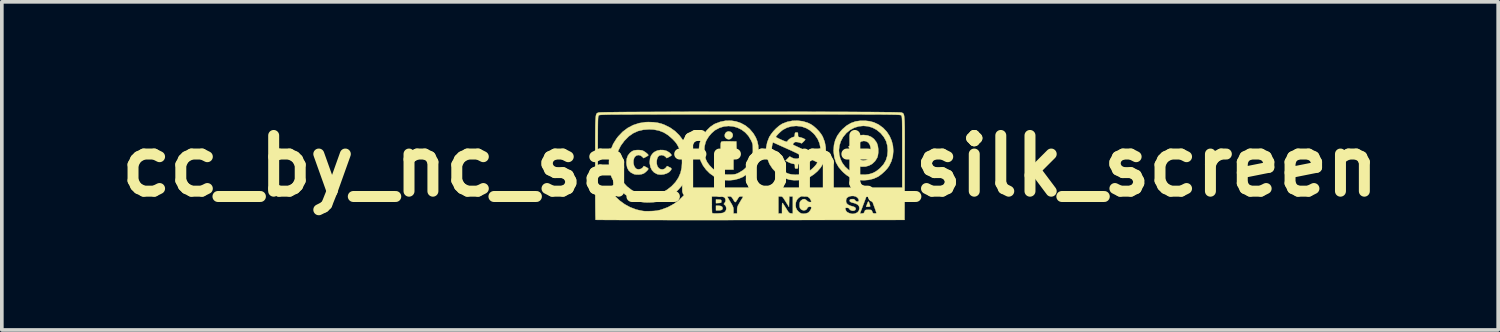
<source format=kicad_pcb>
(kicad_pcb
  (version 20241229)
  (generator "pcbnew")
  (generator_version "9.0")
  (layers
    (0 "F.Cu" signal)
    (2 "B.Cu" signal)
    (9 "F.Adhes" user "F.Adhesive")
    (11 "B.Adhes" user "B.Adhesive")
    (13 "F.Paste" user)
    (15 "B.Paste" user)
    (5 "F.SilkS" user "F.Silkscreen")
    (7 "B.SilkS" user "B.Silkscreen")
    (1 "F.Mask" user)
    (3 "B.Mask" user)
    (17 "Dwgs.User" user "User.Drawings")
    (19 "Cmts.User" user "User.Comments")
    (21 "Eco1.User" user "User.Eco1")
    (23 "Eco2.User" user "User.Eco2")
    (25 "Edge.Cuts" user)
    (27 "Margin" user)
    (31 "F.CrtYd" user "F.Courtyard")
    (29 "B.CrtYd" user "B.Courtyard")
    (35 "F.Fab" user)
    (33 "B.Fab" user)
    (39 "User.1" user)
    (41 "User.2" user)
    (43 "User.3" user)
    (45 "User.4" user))
  (footprint "cc_by_nc_sa_front_silk_screen"
    (layer "F.Cu")
    (at 17.461 1.489)
    (property "Reference" "cc_by_nc_sa_front_silk_screen" (at 0 0 0) (layer "F.SilkS") (effects (font (size 1.524 1.524) (thickness 0.3))))
    (attr through_hole)
    (fp_poly (pts (xy -0.857 0.92) (xy -0.814 0.923) (xy -0.792 0.93) (xy -0.784 0.945) (xy -0.783 0.967) (xy -0.785 0.991) (xy -0.794 1.004) (xy -0.819 1.01) (xy -0.857 1.013) (xy -0.931 1.017) (xy -0.931 0.916) (xy -0.857 0.92)) (stroke (width 0.01) (type solid)) (fill yes) (layer "F.SilkS"))
    (fp_poly (pts (xy -0.801 1.094) (xy -0.763 1.116) (xy -0.748 1.151) (xy -0.748 1.155) (xy -0.757 1.187) (xy -0.787 1.206) (xy -0.84 1.213) (xy -0.857 1.214) (xy -0.931 1.214) (xy -0.931 1.087) (xy -0.862 1.087) (xy -0.801 1.094)) (stroke (width 0.01) (type solid)) (fill yes) (layer "F.SilkS"))
    (fp_poly (pts (xy 3.254 0.994) (xy 3.265 1.024) (xy 3.278 1.065) (xy 3.286 1.095) (xy 3.288 1.103) (xy 3.275 1.11) (xy 3.244 1.115) (xy 3.232 1.115) (xy 3.176 1.115) (xy 3.196 1.058) (xy 3.216 1.005) (xy 3.23 0.977) (xy 3.242 0.974) (xy 3.254 0.994)) (stroke (width 0.01) (type solid)) (fill yes) (layer "F.SilkS"))
    (fp_poly (pts (xy -0.532 -0.934) (xy -0.494 -0.905) (xy -0.473 -0.864) (xy -0.472 -0.818) (xy -0.494 -0.775) (xy -0.496 -0.772) (xy -0.539 -0.737) (xy -0.584 -0.728) (xy -0.629 -0.74) (xy -0.67 -0.77) (xy -0.69 -0.81) (xy -0.69 -0.855) (xy -0.674 -0.897) (xy -0.642 -0.929) (xy -0.595 -0.945) (xy -0.583 -0.945) (xy -0.532 -0.934)) (stroke (width 0.01) (type solid)) (fill yes) (layer "F.SilkS"))
    (fp_poly (pts (xy -0.57 -0.674) (xy -0.374 -0.67) (xy -0.37 -0.483) (xy -0.366 -0.296) (xy -0.452 -0.296) (xy -0.452 0.099) (xy -0.706 0.099) (xy -0.706 -0.296) (xy -0.804 -0.296) (xy -0.804 -0.471) (xy -0.803 -0.551) (xy -0.801 -0.606) (xy -0.795 -0.641) (xy -0.787 -0.659) (xy -0.785 -0.662) (xy -0.761 -0.669) (xy -0.711 -0.674) (xy -0.635 -0.675) (xy -0.57 -0.674)) (stroke (width 0.01) (type solid)) (fill yes) (layer "F.SilkS"))
    (fp_poly (pts (xy -2.364 -0.434) (xy -2.281 -0.412) (xy -2.211 -0.372) (xy -2.195 -0.357) (xy -2.166 -0.327) (xy -2.148 -0.303) (xy -2.145 -0.296) (xy -2.156 -0.283) (xy -2.186 -0.263) (xy -2.211 -0.249) (xy -2.278 -0.215) (xy -2.316 -0.256) (xy -2.363 -0.287) (xy -2.421 -0.298) (xy -2.478 -0.285) (xy -2.486 -0.281) (xy -2.518 -0.249) (xy -2.54 -0.199) (xy -2.552 -0.136) (xy -2.552 -0.071) (xy -2.539 -0.009) (xy -2.529 0.014) (xy -2.493 0.062) (xy -2.444 0.089) (xy -2.391 0.095) (xy -2.339 0.079) (xy -2.298 0.043) (xy -2.268 0.002) (xy -2.207 0.032) (xy -2.166 0.053) (xy -2.149 0.071) (xy -2.151 0.092) (xy -2.168 0.121) (xy -2.214 0.168) (xy -2.279 0.204) (xy -2.356 0.228) (xy -2.437 0.237) (xy -2.515 0.229) (xy -2.545 0.22) (xy -2.623 0.177) (xy -2.682 0.114) (xy -2.722 0.032) (xy -2.741 -0.066) (xy -2.743 -0.107) (xy -2.733 -0.206) (xy -2.705 -0.285) (xy -2.655 -0.35) (xy -2.613 -0.384) (xy -2.537 -0.421) (xy -2.452 -0.437) (xy -2.364 -0.434)) (stroke (width 0.01) (type solid)) (fill yes) (layer "F.SilkS"))
    (fp_poly (pts (xy -2.974 -0.43) (xy -2.942 -0.423) (xy -2.907 -0.406) (xy -2.866 -0.38) (xy -2.826 -0.349) (xy -2.795 -0.32) (xy -2.78 -0.298) (xy -2.78 -0.295) (xy -2.791 -0.282) (xy -2.821 -0.263) (xy -2.846 -0.249) (xy -2.913 -0.215) (xy -2.951 -0.256) (xy -2.999 -0.289) (xy -3.052 -0.299) (xy -3.104 -0.287) (xy -3.148 -0.253) (xy -3.169 -0.218) (xy -3.187 -0.15) (xy -3.188 -0.079) (xy -3.173 -0.012) (xy -3.145 0.043) (xy -3.105 0.08) (xy -3.099 0.083) (xy -3.049 0.093) (xy -2.994 0.083) (xy -2.947 0.057) (xy -2.927 0.035) (xy -2.905 0.001) (xy -2.842 0.032) (xy -2.806 0.052) (xy -2.784 0.071) (xy -2.78 0.078) (xy -2.79 0.099) (xy -2.817 0.131) (xy -2.852 0.164) (xy -2.89 0.194) (xy -2.912 0.207) (xy -2.964 0.225) (xy -3.031 0.234) (xy -3.101 0.235) (xy -3.162 0.226) (xy -3.177 0.221) (xy -3.259 0.179) (xy -3.32 0.121) (xy -3.359 0.046) (xy -3.377 -0.047) (xy -3.38 -0.099) (xy -3.37 -0.201) (xy -3.339 -0.285) (xy -3.287 -0.353) (xy -3.248 -0.386) (xy -3.208 -0.411) (xy -3.169 -0.426) (xy -3.118 -0.433) (xy -3.091 -0.435) (xy -3.03 -0.435) (xy -2.974 -0.43)) (stroke (width 0.01) (type solid)) (fill yes) (layer "F.SilkS"))
    (fp_poly (pts (xy 3.213 -0.836) (xy 3.308 -0.799) (xy 3.388 -0.74) (xy 3.452 -0.657) (xy 3.474 -0.614) (xy 3.496 -0.543) (xy 3.507 -0.457) (xy 3.507 -0.368) (xy 3.496 -0.285) (xy 3.477 -0.225) (xy 3.42 -0.134) (xy 3.345 -0.061) (xy 3.255 -0.011) (xy 3.155 0.017) (xy 3.049 0.019) (xy 3.008 0.013) (xy 2.92 -0.018) (xy 2.843 -0.072) (xy 2.783 -0.146) (xy 2.758 -0.194) (xy 2.74 -0.243) (xy 2.737 -0.274) (xy 2.754 -0.289) (xy 2.793 -0.296) (xy 2.834 -0.296) (xy 2.885 -0.296) (xy 2.915 -0.292) (xy 2.931 -0.283) (xy 2.94 -0.265) (xy 2.944 -0.252) (xy 2.972 -0.199) (xy 3.021 -0.165) (xy 3.088 -0.15) (xy 3.103 -0.15) (xy 3.176 -0.161) (xy 3.232 -0.194) (xy 3.271 -0.25) (xy 3.295 -0.328) (xy 3.302 -0.42) (xy 3.296 -0.51) (xy 3.277 -0.578) (xy 3.244 -0.629) (xy 3.23 -0.644) (xy 3.174 -0.676) (xy 3.11 -0.685) (xy 3.046 -0.672) (xy 2.99 -0.638) (xy 2.971 -0.62) (xy 2.943 -0.578) (xy 2.937 -0.55) (xy 2.955 -0.537) (xy 2.967 -0.536) (xy 2.98 -0.534) (xy 2.979 -0.524) (xy 2.963 -0.502) (xy 2.928 -0.466) (xy 2.917 -0.455) (xy 2.836 -0.374) (xy 2.755 -0.455) (xy 2.716 -0.496) (xy 2.696 -0.52) (xy 2.692 -0.533) (xy 2.703 -0.536) (xy 2.704 -0.536) (xy 2.725 -0.543) (xy 2.741 -0.567) (xy 2.752 -0.599) (xy 2.79 -0.689) (xy 2.849 -0.76) (xy 2.926 -0.811) (xy 3.019 -0.841) (xy 3.102 -0.848) (xy 3.213 -0.836)) (stroke (width 0.01) (type solid)) (fill yes) (layer "F.SilkS"))
    (fp_poly (pts (xy 3.144 -1.238) (xy 3.273 -1.223) (xy 3.386 -1.193) (xy 3.494 -1.143) (xy 3.525 -1.126) (xy 3.643 -1.039) (xy 3.741 -0.935) (xy 3.818 -0.816) (xy 3.874 -0.687) (xy 3.908 -0.551) (xy 3.918 -0.411) (xy 3.905 -0.27) (xy 3.867 -0.132) (xy 3.803 0.000219) (xy 3.802 0.002) (xy 3.751 0.072) (xy 3.682 0.146) (xy 3.605 0.216) (xy 3.527 0.275) (xy 3.495 0.295) (xy 3.377 0.348) (xy 3.244 0.38) (xy 3.106 0.392) (xy 2.968 0.382) (xy 2.898 0.367) (xy 2.801 0.337) (xy 2.718 0.3) (xy 2.641 0.25) (xy 2.561 0.183) (xy 2.516 0.139) (xy 2.421 0.027) (xy 2.351 -0.097) (xy 2.307 -0.233) (xy 2.287 -0.382) (xy 2.286 -0.432) (xy 2.286 -0.432) (xy 2.431 -0.432) (xy 2.44 -0.311) (xy 2.471 -0.194) (xy 2.524 -0.083) (xy 2.598 0.017) (xy 2.692 0.104) (xy 2.805 0.175) (xy 2.9 0.215) (xy 2.971 0.231) (xy 3.06 0.238) (xy 3.154 0.237) (xy 3.243 0.226) (xy 3.281 0.218) (xy 3.366 0.19) (xy 3.443 0.149) (xy 3.522 0.09) (xy 3.562 0.055) (xy 3.652 -0.044) (xy 3.716 -0.155) (xy 3.754 -0.279) (xy 3.767 -0.415) (xy 3.767 -0.421) (xy 3.756 -0.556) (xy 3.723 -0.676) (xy 3.664 -0.786) (xy 3.58 -0.89) (xy 3.564 -0.906) (xy 3.46 -0.99) (xy 3.346 -1.05) (xy 3.224 -1.086) (xy 3.099 -1.097) (xy 2.974 -1.084) (xy 2.852 -1.047) (xy 2.738 -0.986) (xy 2.635 -0.901) (xy 2.632 -0.898) (xy 2.544 -0.79) (xy 2.482 -0.675) (xy 2.445 -0.555) (xy 2.431 -0.432) (xy 2.286 -0.432) (xy 2.297 -0.576) (xy 2.331 -0.708) (xy 2.389 -0.83) (xy 2.474 -0.946) (xy 2.532 -1.009) (xy 2.644 -1.105) (xy 2.762 -1.174) (xy 2.889 -1.219) (xy 3.029 -1.238) (xy 3.144 -1.238)) (stroke (width 0.01) (type solid)) (fill yes) (layer "F.SilkS"))
    (fp_poly (pts (xy -0.382 -1.218) (xy -0.248 -1.172) (xy -0.123 -1.104) (xy -0.012 -1.013) (xy 0.084 -0.9) (xy 0.097 -0.882) (xy 0.159 -0.777) (xy 0.2 -0.673) (xy 0.224 -0.562) (xy 0.232 -0.436) (xy 0.232 -0.423) (xy 0.224 -0.287) (xy 0.199 -0.168) (xy 0.155 -0.06) (xy 0.116 0.008) (xy 0.054 0.089) (xy -0.025 0.17) (xy -0.111 0.243) (xy -0.188 0.295) (xy -0.301 0.345) (xy -0.428 0.378) (xy -0.563 0.392) (xy -0.697 0.386) (xy -0.734 0.381) (xy -0.863 0.344) (xy -0.987 0.284) (xy -1.101 0.202) (xy -1.201 0.102) (xy -1.285 -0.012) (xy -1.348 -0.136) (xy -1.376 -0.222) (xy -1.39 -0.302) (xy -1.396 -0.398) (xy -1.396 -0.415) (xy -1.251 -0.415) (xy -1.239 -0.291) (xy -1.205 -0.174) (xy -1.173 -0.106) (xy -1.112 -0.021) (xy -1.034 0.06) (xy -0.944 0.132) (xy -0.851 0.188) (xy -0.759 0.223) (xy -0.753 0.225) (xy -0.716 0.23) (xy -0.659 0.234) (xy -0.592 0.236) (xy -0.549 0.236) (xy -0.48 0.234) (xy -0.431 0.229) (xy -0.391 0.221) (xy -0.352 0.207) (xy -0.305 0.185) (xy -0.295 0.18) (xy -0.187 0.113) (xy -0.089 0.025) (xy -0.009 -0.078) (xy 0.032 -0.151) (xy 0.051 -0.192) (xy 0.064 -0.227) (xy 0.072 -0.262) (xy 0.076 -0.304) (xy 0.077 -0.361) (xy 0.078 -0.423) (xy 0.077 -0.497) (xy 0.076 -0.551) (xy 0.071 -0.591) (xy 0.062 -0.625) (xy 0.048 -0.661) (xy 0.026 -0.707) (xy 0.026 -0.707) (xy -0.043 -0.822) (xy -0.13 -0.917) (xy -0.231 -0.993) (xy -0.344 -1.048) (xy -0.463 -1.082) (xy -0.587 -1.093) (xy -0.712 -1.081) (xy -0.834 -1.044) (xy -0.949 -0.983) (xy -0.974 -0.965) (xy -1.055 -0.893) (xy -1.129 -0.805) (xy -1.188 -0.711) (xy -1.213 -0.655) (xy -1.243 -0.539) (xy -1.251 -0.415) (xy -1.396 -0.415) (xy -1.394 -0.498) (xy -1.384 -0.588) (xy -1.375 -0.627) (xy -1.332 -0.748) (xy -1.266 -0.866) (xy -1.184 -0.973) (xy -1.09 -1.066) (xy -0.988 -1.137) (xy -0.956 -1.154) (xy -0.813 -1.208) (xy -0.668 -1.237) (xy -0.523 -1.24) (xy -0.382 -1.218)) (stroke (width 0.01) (type solid)) (fill yes) (layer "F.SilkS"))
    (fp_poly (pts (xy -2.647 -1.197) (xy -2.531 -1.183) (xy -2.423 -1.156) (xy -2.343 -1.127) (xy -2.19 -1.051) (xy -2.052 -0.954) (xy -1.933 -0.838) (xy -1.834 -0.705) (xy -1.755 -0.559) (xy -1.699 -0.401) (xy -1.666 -0.234) (xy -1.659 -0.06) (xy -1.665 0.02) (xy -1.688 0.169) (xy -1.726 0.3) (xy -1.782 0.419) (xy -1.859 0.533) (xy -1.96 0.648) (xy -1.982 0.67) (xy -2.089 0.769) (xy -2.194 0.845) (xy -2.302 0.904) (xy -2.421 0.949) (xy -2.455 0.96) (xy -2.545 0.979) (xy -2.651 0.991) (xy -2.762 0.997) (xy -2.87 0.995) (xy -2.963 0.985) (xy -2.979 0.981) (xy -3.137 0.937) (xy -3.281 0.87) (xy -3.416 0.778) (xy -3.521 0.684) (xy -3.637 0.556) (xy -3.727 0.427) (xy -3.792 0.292) (xy -3.834 0.147) (xy -3.855 -0.011) (xy -3.858 -0.113) (xy -3.857 -0.123) (xy -3.664 -0.123) (xy -3.654 0.029) (xy -3.616 0.182) (xy -3.613 0.193) (xy -3.551 0.327) (xy -3.466 0.451) (xy -3.362 0.562) (xy -3.242 0.655) (xy -3.11 0.728) (xy -2.97 0.778) (xy -2.914 0.79) (xy -2.845 0.797) (xy -2.759 0.798) (xy -2.668 0.793) (xy -2.582 0.783) (xy -2.513 0.769) (xy -2.512 0.768) (xy -2.386 0.719) (xy -2.262 0.647) (xy -2.15 0.559) (xy -2.145 0.555) (xy -2.037 0.44) (xy -1.956 0.318) (xy -1.9 0.188) (xy -1.868 0.045) (xy -1.859 -0.085) (xy -1.861 -0.193) (xy -1.872 -0.284) (xy -1.894 -0.369) (xy -1.929 -0.459) (xy -1.951 -0.507) (xy -1.984 -0.571) (xy -2.019 -0.626) (xy -2.063 -0.679) (xy -2.122 -0.74) (xy -2.239 -0.842) (xy -2.361 -0.918) (xy -2.491 -0.968) (xy -2.634 -0.996) (xy -2.756 -1.002) (xy -2.918 -0.99) (xy -3.064 -0.955) (xy -3.196 -0.895) (xy -3.314 -0.812) (xy -3.317 -0.809) (xy -3.438 -0.687) (xy -3.534 -0.556) (xy -3.604 -0.417) (xy -3.647 -0.273) (xy -3.664 -0.123) (xy -3.857 -0.123) (xy -3.844 -0.288) (xy -3.805 -0.452) (xy -3.74 -0.606) (xy -3.648 -0.752) (xy -3.604 -0.808) (xy -3.481 -0.937) (xy -3.344 -1.04) (xy -3.195 -1.118) (xy -3.034 -1.171) (xy -2.863 -1.198) (xy -2.78 -1.201) (xy -2.647 -1.197)) (stroke (width 0.01) (type solid)) (fill yes) (layer "F.SilkS"))
    (fp_poly (pts (xy 1.444 -1.222) (xy 1.579 -1.181) (xy 1.663 -1.141) (xy 1.736 -1.091) (xy 1.813 -1.024) (xy 1.885 -0.949) (xy 1.946 -0.871) (xy 1.987 -0.803) (xy 2.042 -0.661) (xy 2.07 -0.514) (xy 2.074 -0.364) (xy 2.052 -0.218) (xy 2.004 -0.079) (xy 1.995 -0.059) (xy 1.93 0.046) (xy 1.844 0.145) (xy 1.742 0.232) (xy 1.63 0.304) (xy 1.515 0.353) (xy 1.513 0.354) (xy 1.417 0.376) (xy 1.309 0.388) (xy 1.2 0.389) (xy 1.101 0.379) (xy 1.076 0.375) (xy 0.948 0.332) (xy 0.826 0.265) (xy 0.713 0.177) (xy 0.616 0.073) (xy 0.539 -0.043) (xy 0.525 -0.072) (xy 0.469 -0.217) (xy 0.442 -0.361) (xy 0.442 -0.452) (xy 0.594 -0.452) (xy 0.596 -0.366) (xy 0.606 -0.284) (xy 0.619 -0.227) (xy 0.671 -0.108) (xy 0.745 -0.000183) (xy 0.839 0.093) (xy 0.948 0.167) (xy 1.054 0.213) (xy 1.14 0.232) (xy 1.239 0.239) (xy 1.342 0.235) (xy 1.438 0.219) (xy 1.516 0.193) (xy 1.577 0.161) (xy 1.64 0.122) (xy 1.674 0.098) (xy 1.718 0.06) (xy 1.76 0.018) (xy 1.798 -0.025) (xy 1.825 -0.062) (xy 1.839 -0.09) (xy 1.838 -0.1) (xy 1.822 -0.11) (xy 1.785 -0.128) (xy 1.734 -0.152) (xy 1.685 -0.174) (xy 1.542 -0.237) (xy 1.52 -0.19) (xy 1.482 -0.137) (xy 1.426 -0.093) (xy 1.365 -0.066) (xy 1.358 -0.064) (xy 1.33 -0.056) (xy 1.316 -0.041) (xy 1.313 -0.011) (xy 1.312 0.008) (xy 1.311 0.047) (xy 1.304 0.065) (xy 1.285 0.07) (xy 1.27 0.071) (xy 1.244 0.069) (xy 1.231 0.058) (xy 1.228 0.03) (xy 1.228 0.009) (xy 1.226 -0.03) (xy 1.218 -0.049) (xy 1.194 -0.058) (xy 1.168 -0.062) (xy 1.12 -0.075) (xy 1.066 -0.097) (xy 1.041 -0.109) (xy 0.972 -0.146) (xy 1.086 -0.26) (xy 1.141 -0.229) (xy 1.195 -0.207) (xy 1.252 -0.198) (xy 1.305 -0.201) (xy 1.343 -0.217) (xy 1.347 -0.22) (xy 1.364 -0.252) (xy 1.366 -0.28) (xy 1.363 -0.292) (xy 1.355 -0.303) (xy 1.338 -0.317) (xy 1.311 -0.334) (xy 1.27 -0.355) (xy 1.212 -0.382) (xy 1.136 -0.418) (xy 1.037 -0.462) (xy 0.995 -0.481) (xy 0.628 -0.646) (xy 0.611 -0.594) (xy 0.599 -0.532) (xy 0.594 -0.452) (xy 0.442 -0.452) (xy 0.442 -0.505) (xy 0.471 -0.649) (xy 0.524 -0.785) (xy 0.53 -0.794) (xy 0.706 -0.794) (xy 0.718 -0.785) (xy 0.751 -0.766) (xy 0.8 -0.742) (xy 0.857 -0.716) (xy 0.929 -0.685) (xy 0.978 -0.668) (xy 1.006 -0.662) (xy 1.015 -0.667) (xy 1.035 -0.697) (xy 1.072 -0.732) (xy 1.116 -0.763) (xy 1.159 -0.783) (xy 1.167 -0.786) (xy 1.201 -0.796) (xy 1.217 -0.812) (xy 1.224 -0.843) (xy 1.225 -0.858) (xy 1.229 -0.895) (xy 1.239 -0.912) (xy 1.261 -0.917) (xy 1.271 -0.917) (xy 1.297 -0.915) (xy 1.309 -0.904) (xy 1.312 -0.876) (xy 1.312 -0.856) (xy 1.314 -0.817) (xy 1.322 -0.798) (xy 1.344 -0.789) (xy 1.361 -0.786) (xy 1.401 -0.776) (xy 1.444 -0.761) (xy 1.482 -0.743) (xy 1.506 -0.728) (xy 1.51 -0.721) (xy 1.501 -0.706) (xy 1.477 -0.68) (xy 1.462 -0.665) (xy 1.414 -0.619) (xy 1.347 -0.642) (xy 1.295 -0.654) (xy 1.25 -0.657) (xy 1.239 -0.656) (xy 1.208 -0.641) (xy 1.184 -0.618) (xy 1.174 -0.594) (xy 1.178 -0.581) (xy 1.193 -0.572) (xy 1.23 -0.554) (xy 1.285 -0.529) (xy 1.353 -0.497) (xy 1.43 -0.462) (xy 1.513 -0.424) (xy 1.597 -0.386) (xy 1.679 -0.35) (xy 1.753 -0.317) (xy 1.817 -0.289) (xy 1.865 -0.269) (xy 1.894 -0.257) (xy 1.9 -0.255) (xy 1.911 -0.268) (xy 1.921 -0.305) (xy 1.927 -0.347) (xy 1.928 -0.485) (xy 1.902 -0.616) (xy 1.85 -0.74) (xy 1.772 -0.852) (xy 1.732 -0.895) (xy 1.638 -0.976) (xy 1.54 -1.034) (xy 1.429 -1.073) (xy 1.392 -1.082) (xy 1.264 -1.095) (xy 1.136 -1.084) (xy 1.013 -1.049) (xy 0.902 -0.991) (xy 0.896 -0.987) (xy 0.862 -0.961) (xy 0.822 -0.925) (xy 0.78 -0.885) (xy 0.744 -0.846) (xy 0.717 -0.814) (xy 0.706 -0.795) (xy 0.706 -0.794) (xy 0.53 -0.794) (xy 0.572 -0.863) (xy 0.636 -0.946) (xy 0.712 -1.025) (xy 0.792 -1.095) (xy 0.869 -1.147) (xy 0.885 -1.156) (xy 1.017 -1.207) (xy 1.157 -1.235) (xy 1.301 -1.24) (xy 1.444 -1.222)) (stroke (width 0.01) (type solid)) (fill yes) (layer "F.SilkS"))
    (fp_poly (pts (xy 0.386 -1.484) (xy 0.682 -1.484) (xy 0.974 -1.484) (xy 1.261 -1.483) (xy 1.543 -1.483) (xy 1.817 -1.482) (xy 2.083 -1.481) (xy 2.339 -1.48) (xy 2.584 -1.48) (xy 2.816 -1.478) (xy 3.034 -1.477) (xy 3.236 -1.476) (xy 3.422 -1.475) (xy 3.59 -1.473) (xy 3.738 -1.471) (xy 3.865 -1.47) (xy 3.97 -1.468) (xy 4.051 -1.466) (xy 4.108 -1.464) (xy 4.138 -1.462) (xy 4.143 -1.461) (xy 4.157 -1.455) (xy 4.17 -1.45) (xy 4.181 -1.443) (xy 4.191 -1.434) (xy 4.2 -1.42) (xy 4.207 -1.4) (xy 4.213 -1.373) (xy 4.218 -1.336) (xy 4.222 -1.288) (xy 4.226 -1.227) (xy 4.228 -1.152) (xy 4.23 -1.062) (xy 4.231 -0.954) (xy 4.231 -0.827) (xy 4.232 -0.679) (xy 4.231 -0.509) (xy 4.231 -0.315) (xy 4.23 -0.096) (xy 4.23 0.067) (xy 4.226 1.475) (xy 0.006 1.478) (xy -0.337 1.478) (xy -0.673 1.479) (xy -1.001 1.479) (xy -1.319 1.479) (xy -1.627 1.479) (xy -1.923 1.479) (xy -2.206 1.479) (xy -2.475 1.478) (xy -2.729 1.478) (xy -2.967 1.478) (xy -3.188 1.478) (xy -3.391 1.477) (xy -3.574 1.477) (xy -3.737 1.476) (xy -3.879 1.476) (xy -3.997 1.475) (xy -4.092 1.474) (xy -4.162 1.474) (xy -4.207 1.473) (xy -4.224 1.472) (xy -4.224 1.472) (xy -4.225 1.457) (xy -4.226 1.416) (xy -4.228 1.35) (xy -4.229 1.261) (xy -4.23 1.153) (xy -4.231 1.025) (xy -4.232 0.88) (xy -4.232 0.721) (xy -4.233 0.549) (xy -4.233 0.366) (xy -4.233 0.173) (xy -4.233 0.053) (xy -4.233 -0.183) (xy -4.233 -0.393) (xy -4.233 -0.402) (xy -4.163 -0.402) (xy -4.163 0.593) (xy -3.859 0.593) (xy -3.788 0.7) (xy -3.689 0.829) (xy -3.567 0.945) (xy -3.429 1.046) (xy -3.278 1.128) (xy -3.121 1.188) (xy -3.055 1.205) (xy -2.99 1.219) (xy -2.94 1.229) (xy -2.897 1.235) (xy -2.853 1.237) (xy -2.798 1.237) (xy -2.724 1.235) (xy -2.716 1.235) (xy -2.621 1.23) (xy -2.543 1.221) (xy -2.471 1.206) (xy -2.423 1.193) (xy -2.247 1.128) (xy -2.085 1.04) (xy -1.939 0.932) (xy -1.838 0.833) (xy -1.044 0.833) (xy -1.044 1.056) (xy -1.044 1.133) (xy -1.042 1.199) (xy -1.04 1.251) (xy -1.037 1.282) (xy -1.035 1.289) (xy -1.014 1.295) (xy -0.973 1.298) (xy -0.919 1.299) (xy -0.86 1.296) (xy -0.803 1.292) (xy -0.755 1.286) (xy -0.727 1.278) (xy -0.68 1.248) (xy -0.655 1.204) (xy -0.649 1.153) (xy -0.661 1.101) (xy -0.684 1.073) (xy -0.718 1.041) (xy -0.689 1.002) (xy -0.669 0.962) (xy -0.67 0.919) (xy -0.682 0.884) (xy -0.702 0.86) (xy -0.734 0.845) (xy -0.768 0.839) (xy -0.621 0.839) (xy -0.614 0.853) (xy -0.595 0.886) (xy -0.568 0.933) (xy -0.536 0.986) (xy -0.499 1.047) (xy -0.475 1.093) (xy -0.461 1.128) (xy -0.454 1.16) (xy -0.452 1.195) (xy -0.452 1.212) (xy -0.452 1.298) (xy -0.353 1.298) (xy -0.353 1.207) (xy -0.352 1.165) (xy -0.347 1.131) (xy -0.336 1.097) (xy -0.316 1.057) (xy -0.284 1.003) (xy -0.274 0.985) (xy -0.241 0.93) (xy -0.213 0.885) (xy -0.195 0.854) (xy -0.188 0.843) (xy -0.196 0.837) (xy -0.225 0.833) (xy -0.239 0.833) (xy 0.776 0.833) (xy 0.776 1.298) (xy 0.875 1.298) (xy 0.875 1.147) (xy 0.876 1.077) (xy 0.879 1.033) (xy 0.884 1.012) (xy 0.89 1.012) (xy 0.904 1.029) (xy 0.928 1.066) (xy 0.959 1.115) (xy 0.987 1.159) (xy 1.023 1.217) (xy 1.049 1.256) (xy 1.07 1.278) (xy 1.088 1.29) (xy 1.11 1.295) (xy 1.119 1.296) (xy 1.171 1.3) (xy 1.171 1.064) (xy 1.245 1.064) (xy 1.255 1.139) (xy 1.282 1.197) (xy 1.327 1.25) (xy 1.38 1.288) (xy 1.404 1.298) (xy 1.46 1.306) (xy 1.523 1.3) (xy 1.578 1.283) (xy 1.592 1.276) (xy 1.624 1.246) (xy 1.654 1.204) (xy 1.674 1.163) (xy 1.676 1.153) (xy 2.605 1.153) (xy 2.608 1.176) (xy 2.611 1.188) (xy 2.63 1.234) (xy 2.66 1.264) (xy 2.709 1.288) (xy 2.718 1.291) (xy 2.774 1.308) (xy 2.822 1.31) (xy 2.877 1.299) (xy 2.879 1.298) (xy 3.006 1.298) (xy 3.059 1.298) (xy 3.096 1.295) (xy 3.116 1.281) (xy 3.131 1.249) (xy 3.142 1.222) (xy 3.155 1.207) (xy 3.178 1.201) (xy 3.219 1.199) (xy 3.237 1.199) (xy 3.285 1.2) (xy 3.313 1.204) (xy 3.328 1.216) (xy 3.339 1.239) (xy 3.342 1.249) (xy 3.358 1.282) (xy 3.379 1.296) (xy 3.409 1.298) (xy 3.441 1.296) (xy 3.457 1.289) (xy 3.458 1.288) (xy 3.453 1.271) (xy 3.44 1.233) (xy 3.421 1.178) (xy 3.397 1.11) (xy 3.376 1.055) (xy 3.295 0.833) (xy 3.239 0.833) (xy 3.182 0.833) (xy 3.12 0.999) (xy 3.093 1.069) (xy 3.068 1.138) (xy 3.046 1.195) (xy 3.032 1.231) (xy 3.006 1.298) (xy 2.879 1.298) (xy 2.882 1.298) (xy 2.939 1.269) (xy 2.977 1.221) (xy 2.991 1.16) (xy 2.992 1.155) (xy 2.98 1.099) (xy 2.944 1.057) (xy 2.884 1.026) (xy 2.846 1.015) (xy 2.785 0.999) (xy 2.748 0.984) (xy 2.729 0.966) (xy 2.726 0.944) (xy 2.726 0.941) (xy 2.734 0.92) (xy 2.756 0.91) (xy 2.79 0.906) (xy 2.83 0.906) (xy 2.855 0.916) (xy 2.872 0.938) (xy 2.9 0.964) (xy 2.932 0.975) (xy 2.96 0.971) (xy 2.976 0.951) (xy 2.977 0.941) (xy 2.965 0.902) (xy 2.934 0.863) (xy 2.891 0.835) (xy 2.883 0.832) (xy 2.823 0.819) (xy 2.76 0.822) (xy 2.701 0.838) (xy 2.656 0.866) (xy 2.639 0.888) (xy 2.629 0.921) (xy 2.625 0.963) (xy 2.625 0.964) (xy 2.638 1.015) (xy 2.677 1.056) (xy 2.742 1.087) (xy 2.784 1.099) (xy 2.844 1.117) (xy 2.879 1.139) (xy 2.891 1.167) (xy 2.89 1.181) (xy 2.873 1.208) (xy 2.839 1.223) (xy 2.797 1.224) (xy 2.757 1.212) (xy 2.725 1.189) (xy 2.717 1.175) (xy 2.699 1.152) (xy 2.668 1.144) (xy 2.651 1.143) (xy 2.617 1.144) (xy 2.605 1.153) (xy 1.676 1.153) (xy 1.679 1.139) (xy 1.668 1.121) (xy 1.641 1.113) (xy 1.61 1.116) (xy 1.583 1.129) (xy 1.573 1.143) (xy 1.547 1.186) (xy 1.506 1.21) (xy 1.458 1.214) (xy 1.41 1.196) (xy 1.389 1.179) (xy 1.368 1.152) (xy 1.358 1.12) (xy 1.355 1.072) (xy 1.355 1.065) (xy 1.357 1.016) (xy 1.366 0.983) (xy 1.385 0.955) (xy 1.396 0.944) (xy 1.443 0.911) (xy 1.489 0.905) (xy 1.534 0.928) (xy 1.552 0.945) (xy 1.594 0.979) (xy 1.636 0.988) (xy 1.667 0.985) (xy 1.675 0.974) (xy 1.672 0.956) (xy 1.639 0.891) (xy 1.587 0.846) (xy 1.518 0.822) (xy 1.472 0.818) (xy 1.398 0.831) (xy 1.335 0.867) (xy 1.287 0.92) (xy 1.256 0.988) (xy 1.245 1.064) (xy 1.171 1.064) (xy 1.171 0.833) (xy 1.073 0.833) (xy 1.069 0.976) (xy 1.065 1.119) (xy 0.976 0.976) (xy 0.938 0.915) (xy 0.911 0.875) (xy 0.891 0.85) (xy 0.873 0.838) (xy 0.854 0.833) (xy 0.832 0.833) (xy 0.776 0.833) (xy -0.239 0.833) (xy -0.274 0.835) (xy -0.298 0.845) (xy -0.319 0.87) (xy -0.335 0.897) (xy -0.367 0.95) (xy -0.389 0.981) (xy -0.405 0.989) (xy -0.421 0.976) (xy -0.443 0.944) (xy -0.457 0.919) (xy -0.486 0.874) (xy -0.507 0.848) (xy -0.527 0.836) (xy -0.553 0.833) (xy -0.565 0.833) (xy -0.6 0.834) (xy -0.62 0.838) (xy -0.621 0.839) (xy -0.768 0.839) (xy -0.785 0.836) (xy -0.857 0.833) (xy -0.892 0.833) (xy -1.044 0.833) (xy -1.838 0.833) (xy -1.812 0.806) (xy -1.722 0.688) (xy -1.66 0.593) (xy 4.163 0.593) (xy 4.163 -0.381) (xy 4.163 -0.57) (xy 4.163 -0.733) (xy 4.162 -0.872) (xy 4.162 -0.989) (xy 4.161 -1.086) (xy 4.16 -1.164) (xy 4.159 -1.227) (xy 4.157 -1.275) (xy 4.155 -1.311) (xy 4.152 -1.338) (xy 4.149 -1.356) (xy 4.145 -1.368) (xy 4.141 -1.376) (xy 4.135 -1.382) (xy 4.135 -1.383) (xy 4.132 -1.386) (xy 4.128 -1.388) (xy 4.122 -1.391) (xy 4.113 -1.393) (xy 4.101 -1.395) (xy 4.084 -1.397) (xy 4.061 -1.399) (xy 4.032 -1.4) (xy 3.994 -1.402) (xy 3.949 -1.403) (xy 3.894 -1.404) (xy 3.828 -1.405) (xy 3.751 -1.406) (xy 3.661 -1.407) (xy 3.558 -1.408) (xy 3.44 -1.408) (xy 3.307 -1.409) (xy 3.158 -1.409) (xy 2.992 -1.41) (xy 2.808 -1.41) (xy 2.604 -1.41) (xy 2.38 -1.411) (xy 2.135 -1.411) (xy 1.868 -1.411) (xy 1.578 -1.411) (xy 1.264 -1.411) (xy 0.925 -1.411) (xy 0.56 -1.411) (xy 0.169 -1.411) (xy 0 -1.411) (xy -0.403 -1.411) (xy -0.779 -1.411) (xy -1.128 -1.411) (xy -1.452 -1.411) (xy -1.752 -1.411) (xy -2.028 -1.411) (xy -2.282 -1.411) (xy -2.515 -1.411) (xy -2.726 -1.41) (xy -2.919 -1.41) (xy -3.092 -1.41) (xy -3.248 -1.409) (xy -3.388 -1.409) (xy -3.511 -1.408) (xy -3.62 -1.407) (xy -3.715 -1.407) (xy -3.797 -1.406) (xy -3.868 -1.405) (xy -3.927 -1.403) (xy -3.977 -1.402) (xy -4.017 -1.401) (xy -4.05 -1.399) (xy -4.075 -1.398) (xy -4.095 -1.396) (xy -4.109 -1.394) (xy -4.119 -1.392) (xy -4.126 -1.389) (xy -4.13 -1.387) (xy -4.133 -1.384) (xy -4.135 -1.383) (xy -4.14 -1.377) (xy -4.145 -1.369) (xy -4.149 -1.357) (xy -4.152 -1.34) (xy -4.155 -1.315) (xy -4.157 -1.279) (xy -4.159 -1.232) (xy -4.16 -1.172) (xy -4.161 -1.095) (xy -4.162 -1) (xy -4.162 -0.885) (xy -4.163 -0.749) (xy -4.163 -0.588) (xy -4.163 -0.402) (xy -4.233 -0.402) (xy -4.233 -0.578) (xy -4.233 -0.739) (xy -4.232 -0.879) (xy -4.231 -0.998) (xy -4.23 -1.1) (xy -4.228 -1.184) (xy -4.225 -1.253) (xy -4.221 -1.308) (xy -4.217 -1.352) (xy -4.212 -1.385) (xy -4.205 -1.409) (xy -4.197 -1.427) (xy -4.188 -1.439) (xy -4.178 -1.446) (xy -4.166 -1.452) (xy -4.152 -1.457) (xy -4.141 -1.462) (xy -4.122 -1.464) (xy -4.076 -1.466) (xy -4.004 -1.468) (xy -3.909 -1.47) (xy -3.79 -1.471) (xy -3.65 -1.473) (xy -3.49 -1.475) (xy -3.312 -1.476) (xy -3.116 -1.477) (xy -2.904 -1.478) (xy -2.678 -1.479) (xy -2.438 -1.48) (xy -2.186 -1.481) (xy -1.924 -1.482) (xy -1.653 -1.483) (xy -1.374 -1.483) (xy -1.089 -1.484) (xy -0.798 -1.484) (xy -0.504 -1.484) (xy -0.208 -1.484) (xy 0.089 -1.484) (xy 0.386 -1.484)) (stroke (width 0.01) (type solid)) (fill yes) (layer "F.SilkS")))
  (gr_rect
    (start -3 -3)
    (end 37.921 5.973)
    (stroke (width 0.1) (type default))
    (fill no)
    (layer "Edge.Cuts")))
</source>
